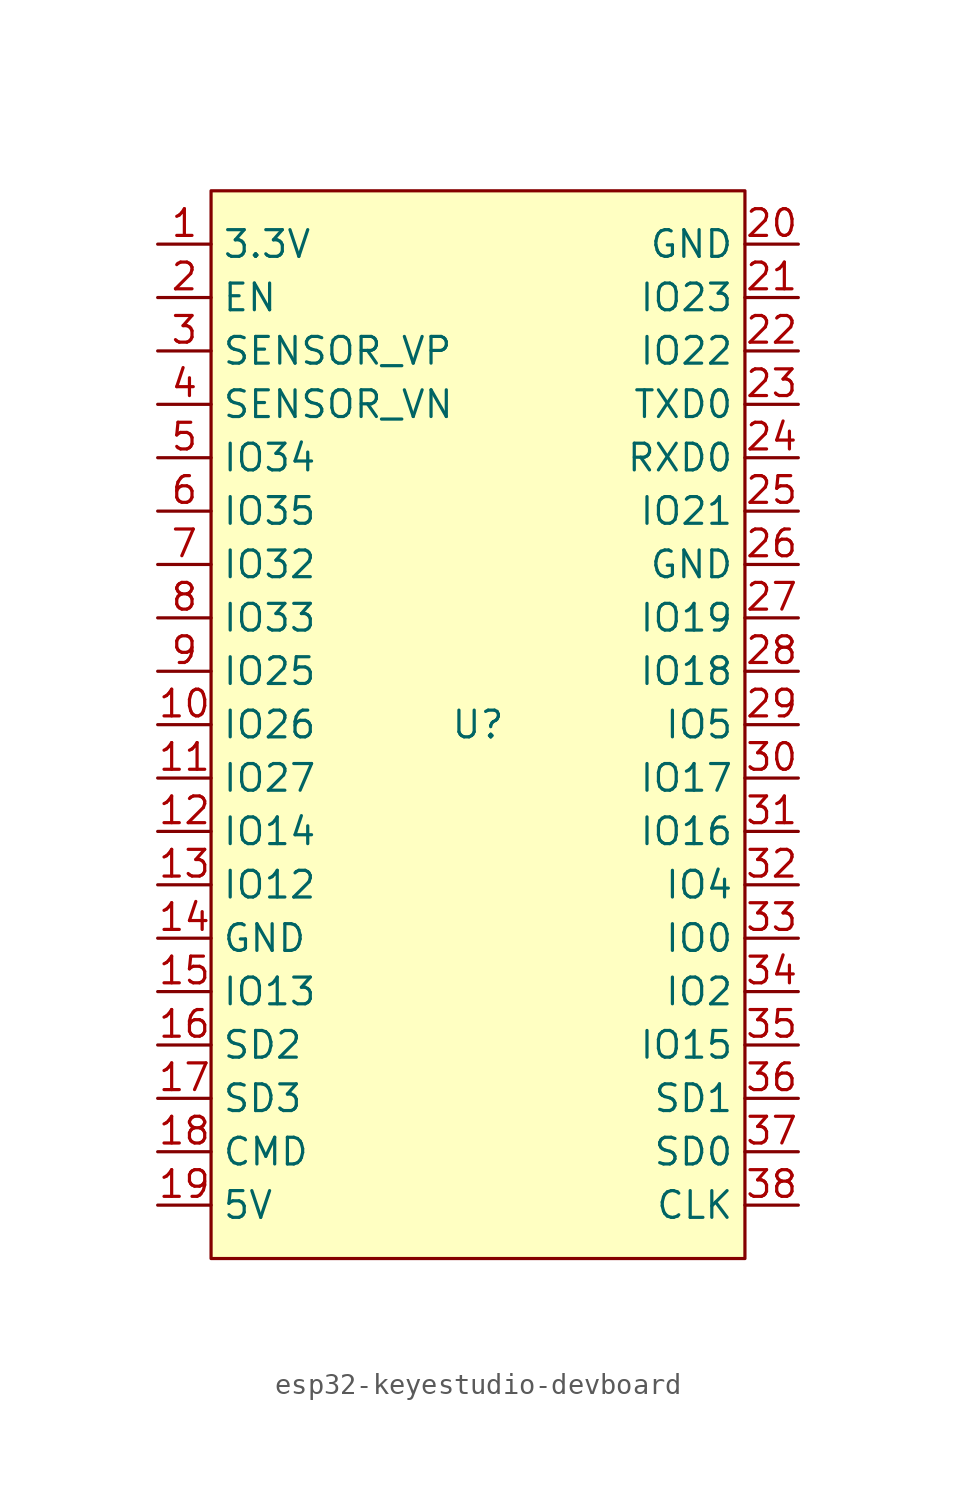
<source format=kicad_sym>
(kicad_symbol_lib
  (version 20220914)
  (generator kicad_symbol_editor)
  (symbol "esp32-keyestudio-devboard"
    (property "Reference" "U"
      (at 0 0 0)
      (effects (font (size 1.27 1.27))))
    (property "Value" ""
      (at 0 0 0)
      (effects (font (size 1.27 1.27))))
    (symbol "esp32-keyestudio-devboard_1_1"
      (rectangle (start -12.7 25.4) (end 12.7 -25.4) (stroke (width 0) (type default)) (fill (type background)))
      (pin power_in line (at -15.24 22.86 0) (length 2.54) (name "3.3V" (effects (font (size 1.27 1.27)))) (number "1" (effects (font (size 1.27 1.27)))))
      (pin bidirectional line (at -15.24 0 0) (length 2.54) (name "IO26" (effects (font (size 1.27 1.27)))) (number "10" (effects (font (size 1.27 1.27)))))
      (pin bidirectional line (at -15.24 -2.54 0) (length 2.54) (name "IO27" (effects (font (size 1.27 1.27)))) (number "11" (effects (font (size 1.27 1.27)))))
      (pin bidirectional line (at -15.24 -5.08 0) (length 2.54) (name "IO14" (effects (font (size 1.27 1.27)))) (number "12" (effects (font (size 1.27 1.27)))))
      (pin bidirectional line (at -15.24 -7.62 0) (length 2.54) (name "IO12" (effects (font (size 1.27 1.27)))) (number "13" (effects (font (size 1.27 1.27)))))
      (pin power_in line (at -15.24 -10.16 0) (length 2.54) (name "GND" (effects (font (size 1.27 1.27)))) (number "14" (effects (font (size 1.27 1.27)))))
      (pin bidirectional line (at -15.24 -12.7 0) (length 2.54) (name "IO13" (effects (font (size 1.27 1.27)))) (number "15" (effects (font (size 1.27 1.27)))))
      (pin bidirectional line (at -15.24 -15.24 0) (length 2.54) (name "SD2" (effects (font (size 1.27 1.27)))) (number "16" (effects (font (size 1.27 1.27)))))
      (pin bidirectional line (at -15.24 -17.78 0) (length 2.54) (name "SD3" (effects (font (size 1.27 1.27)))) (number "17" (effects (font (size 1.27 1.27)))))
      (pin bidirectional line (at -15.24 -20.32 0) (length 2.54) (name "CMD" (effects (font (size 1.27 1.27)))) (number "18" (effects (font (size 1.27 1.27)))))
      (pin power_in line (at -15.24 -22.86 0) (length 2.54) (name "5V" (effects (font (size 1.27 1.27)))) (number "19" (effects (font (size 1.27 1.27)))))
      (pin input line (at -15.24 20.32 0) (length 2.54) (name "EN" (effects (font (size 1.27 1.27)))) (number "2" (effects (font (size 1.27 1.27)))))
      (pin power_in line (at 15.24 22.86 180) (length 2.54) (name "GND" (effects (font (size 1.27 1.27)))) (number "20" (effects (font (size 1.27 1.27)))))
      (pin bidirectional line (at 15.24 20.32 180) (length 2.54) (name "IO23" (effects (font (size 1.27 1.27)))) (number "21" (effects (font (size 1.27 1.27)))))
      (pin bidirectional line (at 15.24 17.78 180) (length 2.54) (name "IO22" (effects (font (size 1.27 1.27)))) (number "22" (effects (font (size 1.27 1.27)))))
      (pin bidirectional line (at 15.24 15.24 180) (length 2.54) (name "TXD0" (effects (font (size 1.27 1.27)))) (number "23" (effects (font (size 1.27 1.27)))))
      (pin bidirectional line (at 15.24 12.7 180) (length 2.54) (name "RXD0" (effects (font (size 1.27 1.27)))) (number "24" (effects (font (size 1.27 1.27)))))
      (pin bidirectional line (at 15.24 10.16 180) (length 2.54) (name "IO21" (effects (font (size 1.27 1.27)))) (number "25" (effects (font (size 1.27 1.27)))))
      (pin power_in line (at 15.24 7.62 180) (length 2.54) (name "GND" (effects (font (size 1.27 1.27)))) (number "26" (effects (font (size 1.27 1.27)))))
      (pin bidirectional line (at 15.24 5.08 180) (length 2.54) (name "IO19" (effects (font (size 1.27 1.27)))) (number "27" (effects (font (size 1.27 1.27)))))
      (pin bidirectional line (at 15.24 2.54 180) (length 2.54) (name "IO18" (effects (font (size 1.27 1.27)))) (number "28" (effects (font (size 1.27 1.27)))))
      (pin bidirectional line (at 15.24 0 180) (length 2.54) (name "IO5" (effects (font (size 1.27 1.27)))) (number "29" (effects (font (size 1.27 1.27)))))
      (pin input line (at -15.24 17.78 0) (length 2.54) (name "SENSOR_VP" (effects (font (size 1.27 1.27)))) (number "3" (effects (font (size 1.27 1.27)))))
      (pin bidirectional line (at 15.24 -2.54 180) (length 2.54) (name "IO17" (effects (font (size 1.27 1.27)))) (number "30" (effects (font (size 1.27 1.27)))))
      (pin bidirectional line (at 15.24 -5.08 180) (length 2.54) (name "IO16" (effects (font (size 1.27 1.27)))) (number "31" (effects (font (size 1.27 1.27)))))
      (pin bidirectional line (at 15.24 -7.62 180) (length 2.54) (name "IO4" (effects (font (size 1.27 1.27)))) (number "32" (effects (font (size 1.27 1.27)))))
      (pin bidirectional line (at 15.24 -10.16 180) (length 2.54) (name "IO0" (effects (font (size 1.27 1.27)))) (number "33" (effects (font (size 1.27 1.27)))))
      (pin bidirectional line (at 15.24 -12.7 180) (length 2.54) (name "IO2" (effects (font (size 1.27 1.27)))) (number "34" (effects (font (size 1.27 1.27)))))
      (pin bidirectional line (at 15.24 -15.24 180) (length 2.54) (name "IO15" (effects (font (size 1.27 1.27)))) (number "35" (effects (font (size 1.27 1.27)))))
      (pin bidirectional line (at 15.24 -17.78 180) (length 2.54) (name "SD1" (effects (font (size 1.27 1.27)))) (number "36" (effects (font (size 1.27 1.27)))))
      (pin bidirectional line (at 15.24 -20.32 180) (length 2.54) (name "SD0" (effects (font (size 1.27 1.27)))) (number "37" (effects (font (size 1.27 1.27)))))
      (pin bidirectional line (at 15.24 -22.86 180) (length 2.54) (name "CLK" (effects (font (size 1.27 1.27)))) (number "38" (effects (font (size 1.27 1.27)))))
      (pin input line (at -15.24 15.24 0) (length 2.54) (name "SENSOR_VN" (effects (font (size 1.27 1.27)))) (number "4" (effects (font (size 1.27 1.27)))))
      (pin input line (at -15.24 12.7 0) (length 2.54) (name "IO34" (effects (font (size 1.27 1.27)))) (number "5" (effects (font (size 1.27 1.27)))))
      (pin input line (at -15.24 10.16 0) (length 2.54) (name "IO35" (effects (font (size 1.27 1.27)))) (number "6" (effects (font (size 1.27 1.27)))))
      (pin bidirectional line (at -15.24 7.62 0) (length 2.54) (name "IO32" (effects (font (size 1.27 1.27)))) (number "7" (effects (font (size 1.27 1.27)))))
      (pin bidirectional line (at -15.24 5.08 0) (length 2.54) (name "IO33" (effects (font (size 1.27 1.27)))) (number "8" (effects (font (size 1.27 1.27)))))
      (pin bidirectional line (at -15.24 2.54 0) (length 2.54) (name "IO25" (effects (font (size 1.27 1.27)))) (number "9" (effects (font (size 1.27 1.27))))))))
</source>
